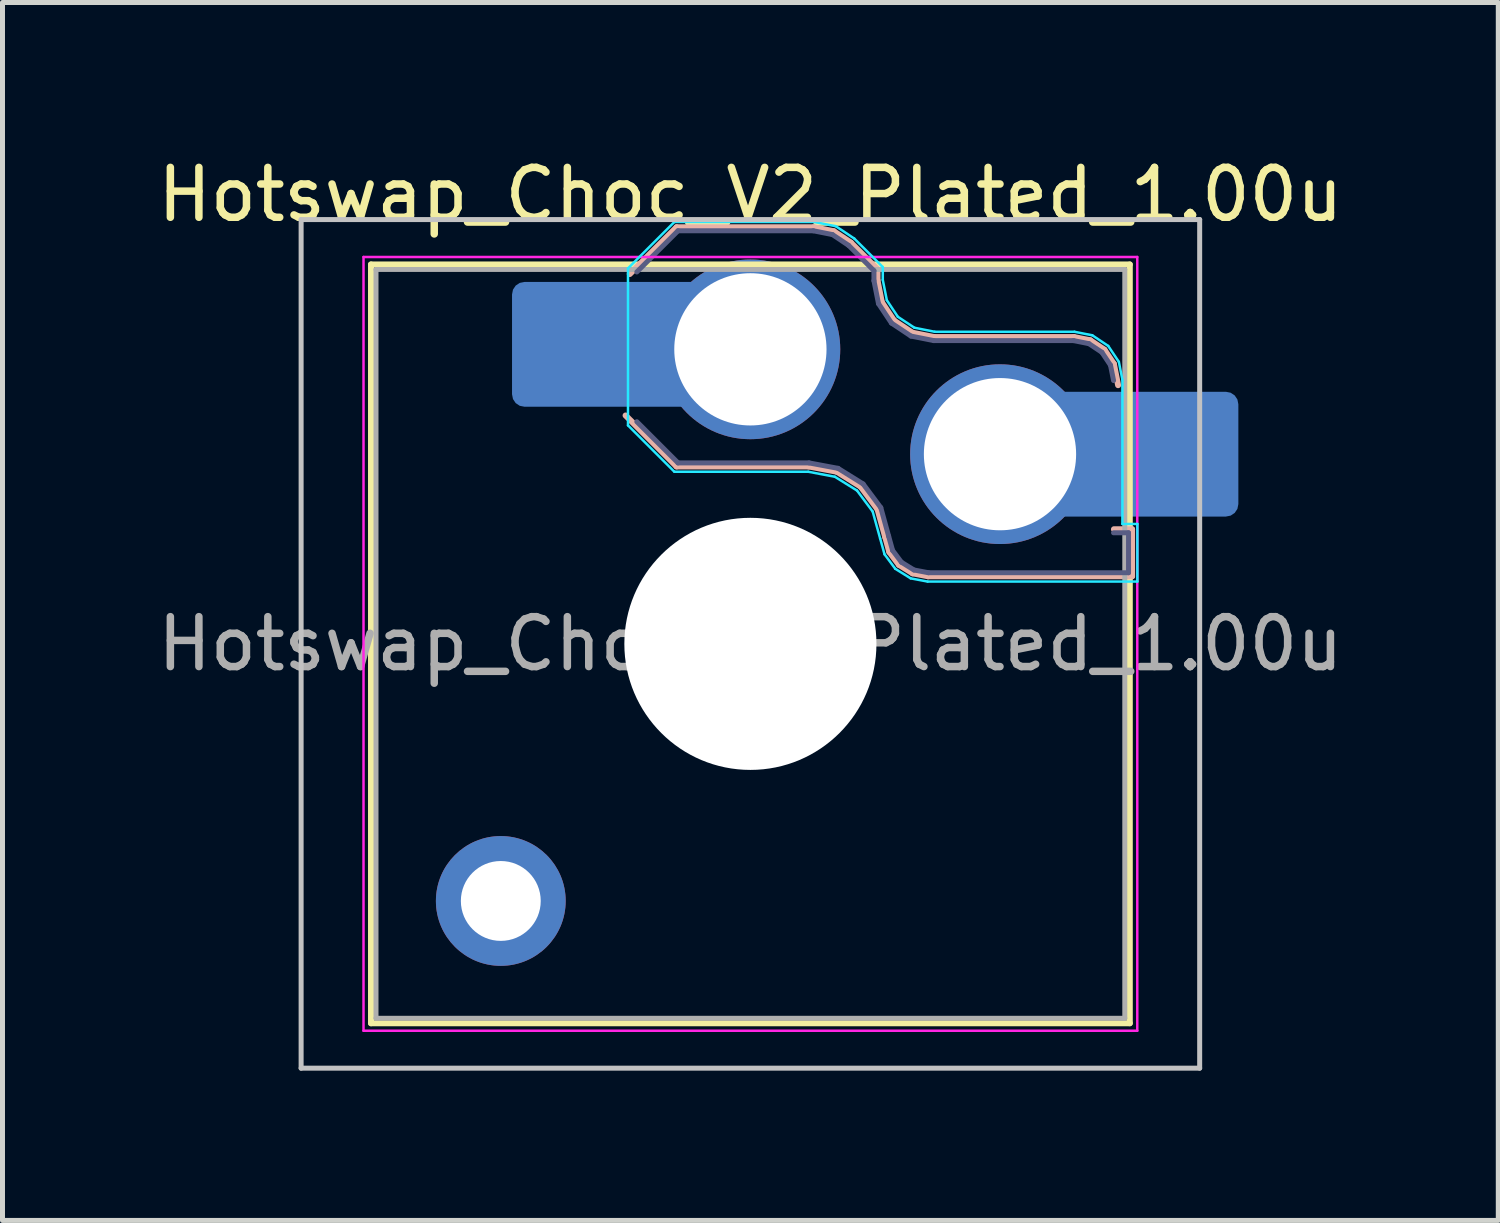
<source format=kicad_pcb>
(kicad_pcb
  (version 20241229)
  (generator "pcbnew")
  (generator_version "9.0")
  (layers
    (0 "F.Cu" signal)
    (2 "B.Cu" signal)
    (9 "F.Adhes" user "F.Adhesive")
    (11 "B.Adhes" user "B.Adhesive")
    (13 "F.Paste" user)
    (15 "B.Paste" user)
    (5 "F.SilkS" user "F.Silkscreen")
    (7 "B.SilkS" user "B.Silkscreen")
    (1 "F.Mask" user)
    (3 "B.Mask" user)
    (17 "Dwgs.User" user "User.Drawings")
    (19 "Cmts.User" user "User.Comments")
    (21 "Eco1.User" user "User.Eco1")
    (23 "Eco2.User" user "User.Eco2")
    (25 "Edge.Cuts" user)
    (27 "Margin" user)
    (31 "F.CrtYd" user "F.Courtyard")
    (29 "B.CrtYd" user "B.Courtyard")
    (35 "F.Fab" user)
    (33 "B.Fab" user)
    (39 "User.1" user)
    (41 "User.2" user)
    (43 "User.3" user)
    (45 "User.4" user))
  (footprint "Hotswap_Choc_V2_Plated_1.00u"
    (layer "F.Cu")
    (at 11.982 9.848)
    (property "Reference" "Hotswap_Choc_V2_Plated_1.00u" (at 0 -9 0) (layer "F.SilkS") (effects (font (size 1 1) (thickness 0.15))))
    (attr smd)
    (fp_line (start -7.6 -7.6) (end -7.6 7.6) (stroke (width 0.12) (type solid)) (layer "F.SilkS"))
    (fp_line (start -7.6 7.6) (end 7.6 7.6) (stroke (width 0.12) (type solid)) (layer "F.SilkS"))
    (fp_line (start 7.6 -7.6) (end -7.6 -7.6) (stroke (width 0.12) (type solid)) (layer "F.SilkS"))
    (fp_line (start 7.6 7.6) (end 7.6 -7.6) (stroke (width 0.12) (type solid)) (layer "F.SilkS"))
    (fp_line (start -2.416 -7.409) (end -1.479 -8.346) (stroke (width 0.12) (type solid)) (layer "B.SilkS"))
    (fp_line (start -1.479 -8.346) (end 1.268 -8.346) (stroke (width 0.12) (type solid)) (layer "B.SilkS"))
    (fp_line (start -1.479 -3.554) (end -2.5 -4.575) (stroke (width 0.12) (type solid)) (layer "B.SilkS"))
    (fp_line (start 1.168 -3.554) (end -1.479 -3.554) (stroke (width 0.12) (type solid)) (layer "B.SilkS"))
    (fp_line (start 1.268 -8.346) (end 1.671 -8.266) (stroke (width 0.12) (type solid)) (layer "B.SilkS"))
    (fp_line (start 1.671 -8.266) (end 2.013 -8.037) (stroke (width 0.12) (type solid)) (layer "B.SilkS"))
    (fp_line (start 1.73 -3.449) (end 1.168 -3.554) (stroke (width 0.12) (type solid)) (layer "B.SilkS"))
    (fp_line (start 2.013 -8.037) (end 2.546 -7.504) (stroke (width 0.12) (type solid)) (layer "B.SilkS"))
    (fp_line (start 2.209 -3.15) (end 1.73 -3.449) (stroke (width 0.12) (type solid)) (layer "B.SilkS"))
    (fp_line (start 2.546 -7.504) (end 2.546 -7.282) (stroke (width 0.12) (type solid)) (layer "B.SilkS"))
    (fp_line (start 2.546 -7.282) (end 2.633 -6.844) (stroke (width 0.12) (type solid)) (layer "B.SilkS"))
    (fp_line (start 2.547 -2.697) (end 2.209 -3.15) (stroke (width 0.12) (type solid)) (layer "B.SilkS"))
    (fp_line (start 2.633 -6.844) (end 2.877 -6.477) (stroke (width 0.12) (type solid)) (layer "B.SilkS"))
    (fp_line (start 2.701 -2.139) (end 2.547 -2.697) (stroke (width 0.12) (type solid)) (layer "B.SilkS"))
    (fp_line (start 2.783 -1.841) (end 2.701 -2.139) (stroke (width 0.12) (type solid)) (layer "B.SilkS"))
    (fp_line (start 2.877 -6.477) (end 3.244 -6.233) (stroke (width 0.12) (type solid)) (layer "B.SilkS"))
    (fp_line (start 2.976 -1.583) (end 2.783 -1.841) (stroke (width 0.12) (type solid)) (layer "B.SilkS"))
    (fp_line (start 3.244 -6.233) (end 3.682 -6.146) (stroke (width 0.12) (type solid)) (layer "B.SilkS"))
    (fp_line (start 3.25 -1.413) (end 2.976 -1.583) (stroke (width 0.12) (type solid)) (layer "B.SilkS"))
    (fp_line (start 3.56 -1.354) (end 3.25 -1.413) (stroke (width 0.12) (type solid)) (layer "B.SilkS"))
    (fp_line (start 3.682 -6.146) (end 6.482 -6.146) (stroke (width 0.12) (type solid)) (layer "B.SilkS"))
    (fp_line (start 6.482 -6.146) (end 6.809 -6.081) (stroke (width 0.12) (type solid)) (layer "B.SilkS"))
    (fp_line (start 6.809 -6.081) (end 7.092 -5.892) (stroke (width 0.12) (type solid)) (layer "B.SilkS"))
    (fp_line (start 7.092 -5.892) (end 7.281 -5.609) (stroke (width 0.12) (type solid)) (layer "B.SilkS"))
    (fp_line (start 7.281 -5.609) (end 7.366 -5.182) (stroke (width 0.12) (type solid)) (layer "B.SilkS"))
    (fp_line (start 7.283 -2.296) (end 7.646 -2.296) (stroke (width 0.12) (type solid)) (layer "B.SilkS"))
    (fp_line (start 7.646 -2.296) (end 7.646 -1.354) (stroke (width 0.12) (type solid)) (layer "B.SilkS"))
    (fp_line (start 7.646 -1.354) (end 3.56 -1.354) (stroke (width 0.12) (type solid)) (layer "B.SilkS"))
    (fp_line (start -9 -8.5) (end -9 8.5) (stroke (width 0.1) (type solid)) (layer "Dwgs.User"))
    (fp_line (start -9 8.5) (end 9 8.5) (stroke (width 0.1) (type solid)) (layer "Dwgs.User"))
    (fp_line (start 9 -8.5) (end -9 -8.5) (stroke (width 0.1) (type solid)) (layer "Dwgs.User"))
    (fp_line (start 9 8.5) (end 9 -8.5) (stroke (width 0.1) (type solid)) (layer "Dwgs.User"))
    (fp_line (start -7.25 -7.25) (end -7.25 7.25) (stroke (width 0.1) (type solid)) (layer "Eco1.User"))
    (fp_line (start -7.25 7.25) (end 7.25 7.25) (stroke (width 0.1) (type solid)) (layer "Eco1.User"))
    (fp_line (start 7.25 -7.25) (end -7.25 -7.25) (stroke (width 0.1) (type solid)) (layer "Eco1.User"))
    (fp_line (start 7.25 7.25) (end 7.25 -7.25) (stroke (width 0.1) (type solid)) (layer "Eco1.User"))
    (fp_line (start -2.452 -7.523) (end -1.523 -8.452) (stroke (width 0.05) (type solid)) (layer "B.CrtYd"))
    (fp_line (start -2.452 -4.377) (end -2.452 -7.523) (stroke (width 0.05) (type solid)) (layer "B.CrtYd"))
    (fp_line (start -1.523 -8.452) (end 1.278 -8.452) (stroke (width 0.05) (type solid)) (layer "B.CrtYd"))
    (fp_line (start -1.523 -3.448) (end -2.452 -4.377) (stroke (width 0.05) (type solid)) (layer "B.CrtYd"))
    (fp_line (start 1.159 -3.448) (end -1.523 -3.448) (stroke (width 0.05) (type solid)) (layer "B.CrtYd"))
    (fp_line (start 1.278 -8.452) (end 1.712 -8.366) (stroke (width 0.05) (type solid)) (layer "B.CrtYd"))
    (fp_line (start 1.691 -3.348) (end 1.159 -3.448) (stroke (width 0.05) (type solid)) (layer "B.CrtYd"))
    (fp_line (start 1.712 -8.366) (end 2.081 -8.119) (stroke (width 0.05) (type solid)) (layer "B.CrtYd"))
    (fp_line (start 2.081 -8.119) (end 2.652 -7.548) (stroke (width 0.05) (type solid)) (layer "B.CrtYd"))
    (fp_line (start 2.136 -3.071) (end 1.691 -3.348) (stroke (width 0.05) (type solid)) (layer "B.CrtYd"))
    (fp_line (start 2.45 -2.65) (end 2.136 -3.071) (stroke (width 0.05) (type solid)) (layer "B.CrtYd"))
    (fp_line (start 2.599 -2.111) (end 2.45 -2.65) (stroke (width 0.05) (type solid)) (layer "B.CrtYd"))
    (fp_line (start 2.652 -7.548) (end 2.652 -7.292) (stroke (width 0.05) (type solid)) (layer "B.CrtYd"))
    (fp_line (start 2.652 -7.292) (end 2.733 -6.885) (stroke (width 0.05) (type solid)) (layer "B.CrtYd"))
    (fp_line (start 2.687 -1.794) (end 2.599 -2.111) (stroke (width 0.05) (type solid)) (layer "B.CrtYd"))
    (fp_line (start 2.733 -6.885) (end 2.953 -6.553) (stroke (width 0.05) (type solid)) (layer "B.CrtYd"))
    (fp_line (start 2.903 -1.503) (end 2.687 -1.794) (stroke (width 0.05) (type solid)) (layer "B.CrtYd"))
    (fp_line (start 2.953 -6.553) (end 3.285 -6.333) (stroke (width 0.05) (type solid)) (layer "B.CrtYd"))
    (fp_line (start 3.211 -1.312) (end 2.903 -1.503) (stroke (width 0.05) (type solid)) (layer "B.CrtYd"))
    (fp_line (start 3.285 -6.333) (end 3.692 -6.252) (stroke (width 0.05) (type solid)) (layer "B.CrtYd"))
    (fp_line (start 3.55 -1.248) (end 3.211 -1.312) (stroke (width 0.05) (type solid)) (layer "B.CrtYd"))
    (fp_line (start 3.692 -6.252) (end 6.492 -6.252) (stroke (width 0.05) (type solid)) (layer "B.CrtYd"))
    (fp_line (start 6.492 -6.252) (end 6.85 -6.181) (stroke (width 0.05) (type solid)) (layer "B.CrtYd"))
    (fp_line (start 6.85 -6.181) (end 7.168 -5.968) (stroke (width 0.05) (type solid)) (layer "B.CrtYd"))
    (fp_line (start 7.168 -5.968) (end 7.381 -5.65) (stroke (width 0.05) (type solid)) (layer "B.CrtYd"))
    (fp_line (start 7.381 -5.65) (end 7.452 -5.292) (stroke (width 0.05) (type solid)) (layer "B.CrtYd"))
    (fp_line (start 7.452 -5.292) (end 7.452 -2.402) (stroke (width 0.05) (type solid)) (layer "B.CrtYd"))
    (fp_line (start 7.452 -2.402) (end 7.752 -2.402) (stroke (width 0.05) (type solid)) (layer "B.CrtYd"))
    (fp_line (start 7.752 -2.402) (end 7.752 -1.248) (stroke (width 0.05) (type solid)) (layer "B.CrtYd"))
    (fp_line (start 7.752 -1.248) (end 3.55 -1.248) (stroke (width 0.05) (type solid)) (layer "B.CrtYd"))
    (fp_line (start -7.75 -7.75) (end -7.75 7.75) (stroke (width 0.05) (type solid)) (layer "F.CrtYd"))
    (fp_line (start -7.75 7.75) (end 7.75 7.75) (stroke (width 0.05) (type solid)) (layer "F.CrtYd"))
    (fp_line (start 7.75 -7.75) (end -7.75 -7.75) (stroke (width 0.05) (type solid)) (layer "F.CrtYd"))
    (fp_line (start 7.75 7.75) (end 7.75 -7.75) (stroke (width 0.05) (type solid)) (layer "F.CrtYd"))
    (fp_line (start -2.275 -7.45) (end -1.45 -8.275) (stroke (width 0.1) (type solid)) (layer "B.Fab"))
    (fp_line (start -1.45 -8.275) (end 1.261 -8.275) (stroke (width 0.1) (type solid)) (layer "B.Fab"))
    (fp_line (start -1.45 -3.625) (end -2.275 -4.45) (stroke (width 0.1) (type solid)) (layer "B.Fab"))
    (fp_line (start 1.175 -3.625) (end -1.45 -3.625) (stroke (width 0.1) (type solid)) (layer "B.Fab"))
    (fp_line (start 1.261 -8.275) (end 1.643 -8.199) (stroke (width 0.1) (type solid)) (layer "B.Fab"))
    (fp_line (start 1.643 -8.199) (end 1.968 -7.982) (stroke (width 0.1) (type solid)) (layer "B.Fab"))
    (fp_line (start 1.756 -3.516) (end 1.175 -3.625) (stroke (width 0.1) (type solid)) (layer "B.Fab"))
    (fp_line (start 1.968 -7.982) (end 2.475 -7.475) (stroke (width 0.1) (type solid)) (layer "B.Fab"))
    (fp_line (start 2.258 -3.203) (end 1.756 -3.516) (stroke (width 0.1) (type solid)) (layer "B.Fab"))
    (fp_line (start 2.475 -7.475) (end 2.475 -7.275) (stroke (width 0.1) (type solid)) (layer "B.Fab"))
    (fp_line (start 2.475 -7.275) (end 2.566 -6.816) (stroke (width 0.1) (type solid)) (layer "B.Fab"))
    (fp_line (start 2.566 -6.816) (end 2.826 -6.426) (stroke (width 0.1) (type solid)) (layer "B.Fab"))
    (fp_line (start 2.612 -2.729) (end 2.258 -3.203) (stroke (width 0.1) (type solid)) (layer "B.Fab"))
    (fp_line (start 2.769 -2.158) (end 2.612 -2.729) (stroke (width 0.1) (type solid)) (layer "B.Fab"))
    (fp_line (start 2.826 -6.426) (end 3.216 -6.166) (stroke (width 0.1) (type solid)) (layer "B.Fab"))
    (fp_line (start 2.848 -1.873) (end 2.769 -2.158) (stroke (width 0.1) (type solid)) (layer "B.Fab"))
    (fp_line (start 3.025 -1.636) (end 2.848 -1.873) (stroke (width 0.1) (type solid)) (layer "B.Fab"))
    (fp_line (start 3.216 -6.166) (end 3.675 -6.075) (stroke (width 0.1) (type solid)) (layer "B.Fab"))
    (fp_line (start 3.276 -1.48) (end 3.025 -1.636) (stroke (width 0.1) (type solid)) (layer "B.Fab"))
    (fp_line (start 3.567 -1.425) (end 3.276 -1.48) (stroke (width 0.1) (type solid)) (layer "B.Fab"))
    (fp_line (start 3.675 -6.075) (end 6.475 -6.075) (stroke (width 0.1) (type solid)) (layer "B.Fab"))
    (fp_line (start 6.475 -6.075) (end 6.781 -6.014) (stroke (width 0.1) (type solid)) (layer "B.Fab"))
    (fp_line (start 6.781 -6.014) (end 7.041 -5.841) (stroke (width 0.1) (type solid)) (layer "B.Fab"))
    (fp_line (start 7.041 -5.841) (end 7.214 -5.581) (stroke (width 0.1) (type solid)) (layer "B.Fab"))
    (fp_line (start 7.214 -5.581) (end 7.275 -5.275) (stroke (width 0.1) (type solid)) (layer "B.Fab"))
    (fp_line (start 7.275 -2.225) (end 7.575 -2.225) (stroke (width 0.1) (type solid)) (layer "B.Fab"))
    (fp_line (start 7.575 -2.225) (end 7.575 -1.425) (stroke (width 0.1) (type solid)) (layer "B.Fab"))
    (fp_line (start 7.575 -1.425) (end 3.567 -1.425) (stroke (width 0.1) (type solid)) (layer "B.Fab"))
    (fp_line (start -7.5 -7.5) (end -7.5 7.5) (stroke (width 0.1) (type solid)) (layer "F.Fab"))
    (fp_line (start -7.5 7.5) (end 7.5 7.5) (stroke (width 0.1) (type solid)) (layer "F.Fab"))
    (fp_line (start 7.5 -7.5) (end -7.5 -7.5) (stroke (width 0.1) (type solid)) (layer "F.Fab"))
    (fp_line (start 7.5 7.5) (end 7.5 -7.5) (stroke (width 0.1) (type solid)) (layer "F.Fab"))
    (fp_text user "${REFERENCE}" (at 0 0 0) (layer "F.Fab") (effects (font (size 1 1) (thickness 0.15))))
    (pad "" thru_hole circle (at -5 5.15) (size 2.6 2.6) (drill 1.6) (layers "*.Cu" "*.Mask"))
    (pad "" smd roundrect (at -3.5 -6) (size 2.55 2.5) (layers "B.Mask" "B.Paste") (roundrect_rratio 0.1))
    (pad "" np_thru_hole circle (at 0 0) (size 5.05 5.05) (drill 5.05) (layers "*.Cu" "*.Mask"))
    (pad "" smd roundrect (at 8.5 -3.8) (size 2.55 2.5) (layers "B.Mask" "B.Paste") (roundrect_rratio 0.1))
    (pad "1" smd roundrect (at -2.85 -6) (size 3.85 2.5) (layers "B.Cu") (roundrect_rratio 0.1))
    (pad "1" thru_hole circle (at 0 -5.9) (size 3.6 3.6) (drill 3.05) (layers "*.Cu" "*.Mask"))
    (pad "2" thru_hole circle (at 5 -3.8) (size 3.6 3.6) (drill 3.05) (layers "*.Cu" "*.Mask"))
    (pad "2" smd roundrect (at 7.85 -3.8) (size 3.85 2.5) (layers "B.Cu") (roundrect_rratio 0.1)))
  (gr_rect
    (start -3 -3)
    (end 26.964 21.398)
    (stroke (width 0.1) (type default))
    (fill no)
    (layer "Edge.Cuts")))
</source>
